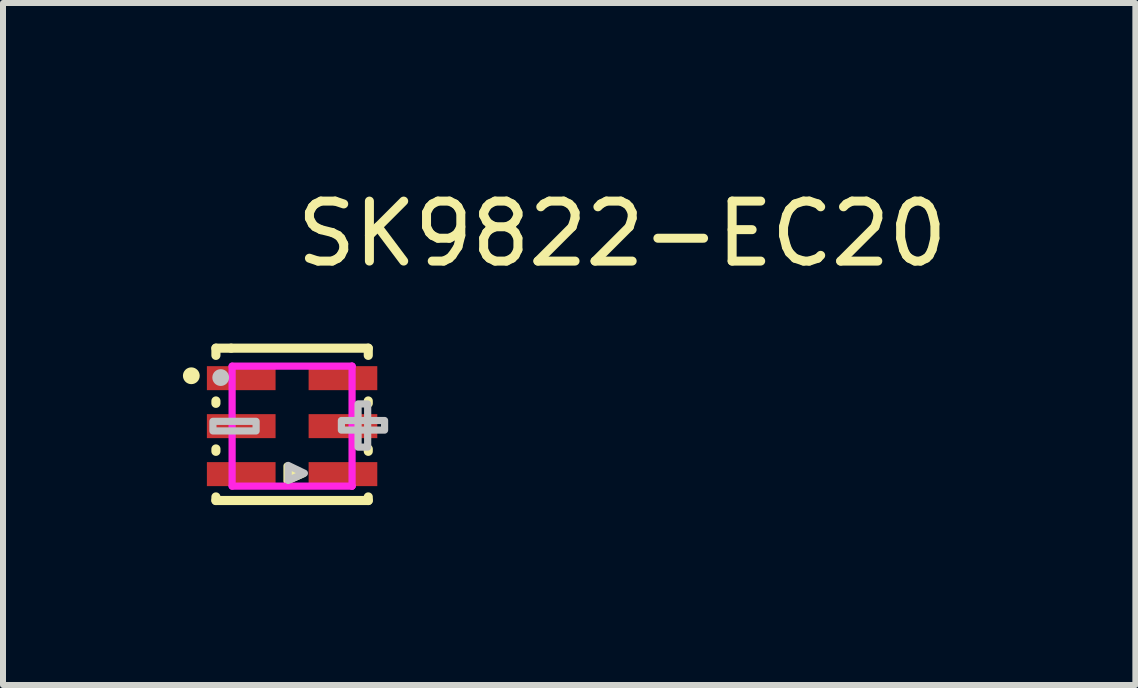
<source format=kicad_pcb>
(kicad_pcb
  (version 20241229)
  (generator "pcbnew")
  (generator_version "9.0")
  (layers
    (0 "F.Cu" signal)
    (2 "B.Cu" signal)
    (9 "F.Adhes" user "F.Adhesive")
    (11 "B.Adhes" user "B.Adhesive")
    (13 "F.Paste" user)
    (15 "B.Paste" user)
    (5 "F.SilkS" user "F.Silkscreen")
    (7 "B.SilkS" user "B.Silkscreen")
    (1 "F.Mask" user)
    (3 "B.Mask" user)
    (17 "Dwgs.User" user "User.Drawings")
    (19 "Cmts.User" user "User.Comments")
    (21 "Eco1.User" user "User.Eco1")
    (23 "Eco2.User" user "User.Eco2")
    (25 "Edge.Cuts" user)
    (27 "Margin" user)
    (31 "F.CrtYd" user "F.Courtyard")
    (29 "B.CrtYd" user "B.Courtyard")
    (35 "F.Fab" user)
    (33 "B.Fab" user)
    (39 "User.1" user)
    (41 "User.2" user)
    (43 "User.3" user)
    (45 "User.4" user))
  (footprint "SK9822-EC20"
    (layer "F.Cu")
    (at 1.82 4.055)
    (property "Reference" "SK9822-EC20" (at 0 -3.207 0) (layer "F.SilkS") (effects (font (size 1 1) (thickness 0.15)) (justify left)))
    (attr through_hole)
    (fp_line (start -1.27 -1.3) (end -1.016 -1.3) (stroke (width 0.152) (type solid)) (layer "F.SilkS"))
    (fp_line (start -1.27 -1.18) (end -1.27 -1.3) (stroke (width 0.152) (type solid)) (layer "F.SilkS"))
    (fp_line (start -1.27 -0.38) (end -1.27 -0.42) (stroke (width 0.152) (type solid)) (layer "F.SilkS"))
    (fp_line (start -1.27 0.42) (end -1.27 0.38) (stroke (width 0.152) (type solid)) (layer "F.SilkS"))
    (fp_line (start -1.27 1.24) (end -1.27 1.18) (stroke (width 0.152) (type solid)) (layer "F.SilkS"))
    (fp_line (start -1.016 -1.3) (end 1.27 -1.3) (stroke (width 0.152) (type solid)) (layer "F.SilkS"))
    (fp_line (start 1.27 -1.3) (end 1.27 -1.18) (stroke (width 0.152) (type solid)) (layer "F.SilkS"))
    (fp_line (start 1.27 -0.42) (end 1.27 -0.38) (stroke (width 0.152) (type solid)) (layer "F.SilkS"))
    (fp_line (start 1.27 0.38) (end 1.27 0.42) (stroke (width 0.152) (type solid)) (layer "F.SilkS"))
    (fp_line (start 1.27 1.18) (end 1.27 1.24) (stroke (width 0.152) (type solid)) (layer "F.SilkS"))
    (fp_line (start 1.27 1.24) (end -1.27 1.24) (stroke (width 0.152) (type solid)) (layer "F.SilkS"))
    (fp_circle (center -1.68 -0.84) (end -1.61 -0.84) (stroke (width 0.14) (type solid)) (fill no) (layer "F.SilkS"))
    (fp_poly (pts (xy -0.085 0.915) (xy -0.085 0.665) (xy 0.185 0.795)) (stroke (width 0.12) (type solid)) (fill yes) (layer "F.SilkS"))
    (fp_circle (center -1.19 -0.81) (end -1.12 -0.81) (stroke (width 0.14) (type solid)) (fill no) (layer "Dwgs.User"))
    (fp_poly (pts (xy -0.065 0.905) (xy -0.065 0.655) (xy 0.205 0.785)) (stroke (width 0.12) (type solid)) (fill no) (layer "Dwgs.User"))
    (fp_poly (pts (xy -1.32 -0.08) (xy -0.6 -0.08) (xy -0.6 0.08) (xy -1.32 0.08)) (stroke (width 0.12) (type solid)) (fill no) (layer "Dwgs.User"))
    (fp_poly (pts (xy 0.822 -0.094) (xy 1.542 -0.094) (xy 1.542 0.066) (xy 0.822 0.066)) (stroke (width 0.12) (type solid)) (fill no) (layer "Dwgs.User"))
    (fp_poly (pts (xy 1.1 0.35) (xy 1.1 -0.37) (xy 1.26 -0.37) (xy 1.26 0.35)) (stroke (width 0.12) (type solid)) (fill no) (layer "Dwgs.User"))
    (fp_circle (center -1 -1) (end -0.97 -1) (stroke (width 0.06) (type solid)) (fill no) (layer "Eco2.User"))
    (fp_poly (pts (xy -1 -0.6) (xy -0.3 -0.6) (xy -0.3 -1) (xy -1 -1)) (stroke (width 0.12) (type solid)) (fill no) (layer "Eco2.User"))
    (fp_poly (pts (xy -1 0.2) (xy -0.3 0.2) (xy -0.3 -0.2) (xy -1 -0.2)) (stroke (width 0.12) (type solid)) (fill no) (layer "Eco2.User"))
    (fp_poly (pts (xy -1 1) (xy -0.3 1) (xy -0.3 0.6) (xy -1 0.6)) (stroke (width 0.12) (type solid)) (fill no) (layer "Eco2.User"))
    (fp_poly (pts (xy 1 -0.6) (xy 0.3 -0.6) (xy 0.3 -1) (xy 1 -1)) (stroke (width 0.12) (type solid)) (fill no) (layer "Eco2.User"))
    (fp_poly (pts (xy 1 0.2) (xy 0.3 0.2) (xy 0.3 -0.2) (xy 1 -0.2)) (stroke (width 0.12) (type solid)) (fill no) (layer "Eco2.User"))
    (fp_poly (pts (xy 1 1) (xy 0.3 1) (xy 0.3 0.6) (xy 1 0.6)) (stroke (width 0.12) (type solid)) (fill no) (layer "Eco2.User"))
    (fp_line (start -1 -1) (end -1 1) (stroke (width 0.12) (type solid)) (layer "F.CrtYd"))
    (fp_line (start -1 1) (end 1 1) (stroke (width 0.12) (type solid)) (layer "F.CrtYd"))
    (fp_line (start 1 -1) (end -1 -1) (stroke (width 0.12) (type solid)) (layer "F.CrtYd"))
    (fp_line (start 1 -1) (end 1 -1) (stroke (width 0.12) (type solid)) (layer "F.CrtYd"))
    (fp_line (start 1 1) (end 1 -1) (stroke (width 0.12) (type solid)) (layer "F.CrtYd"))
    (fp_line (start 1 1) (end 1 1) (stroke (width 0.12) (type solid)) (layer "F.CrtYd"))
    (pad "1" smd rect (at -0.848 -0.8) (size 1.145 0.4) (layers "F.Cu" "F.Mask" "F.Paste"))
    (pad "2" smd rect (at -0.848 0) (size 1.145 0.4) (layers "F.Cu" "F.Mask" "F.Paste"))
    (pad "3" smd rect (at -0.848 0.8) (size 1.145 0.4) (layers "F.Cu" "F.Mask" "F.Paste"))
    (pad "4" smd rect (at 0.848 0.8) (size 1.145 0.4) (layers "F.Cu" "F.Mask" "F.Paste"))
    (pad "5" smd rect (at 0.848 0) (size 1.145 0.4) (layers "F.Cu" "F.Mask" "F.Paste"))
    (pad "6" smd rect (at 0.848 -0.8) (size 1.145 0.4) (layers "F.Cu" "F.Mask" "F.Paste")))
  (gr_rect
    (start -3 -3)
    (end 15.88 8.371)
    (stroke (width 0.1) (type default))
    (fill no)
    (layer "Edge.Cuts")))
</source>
